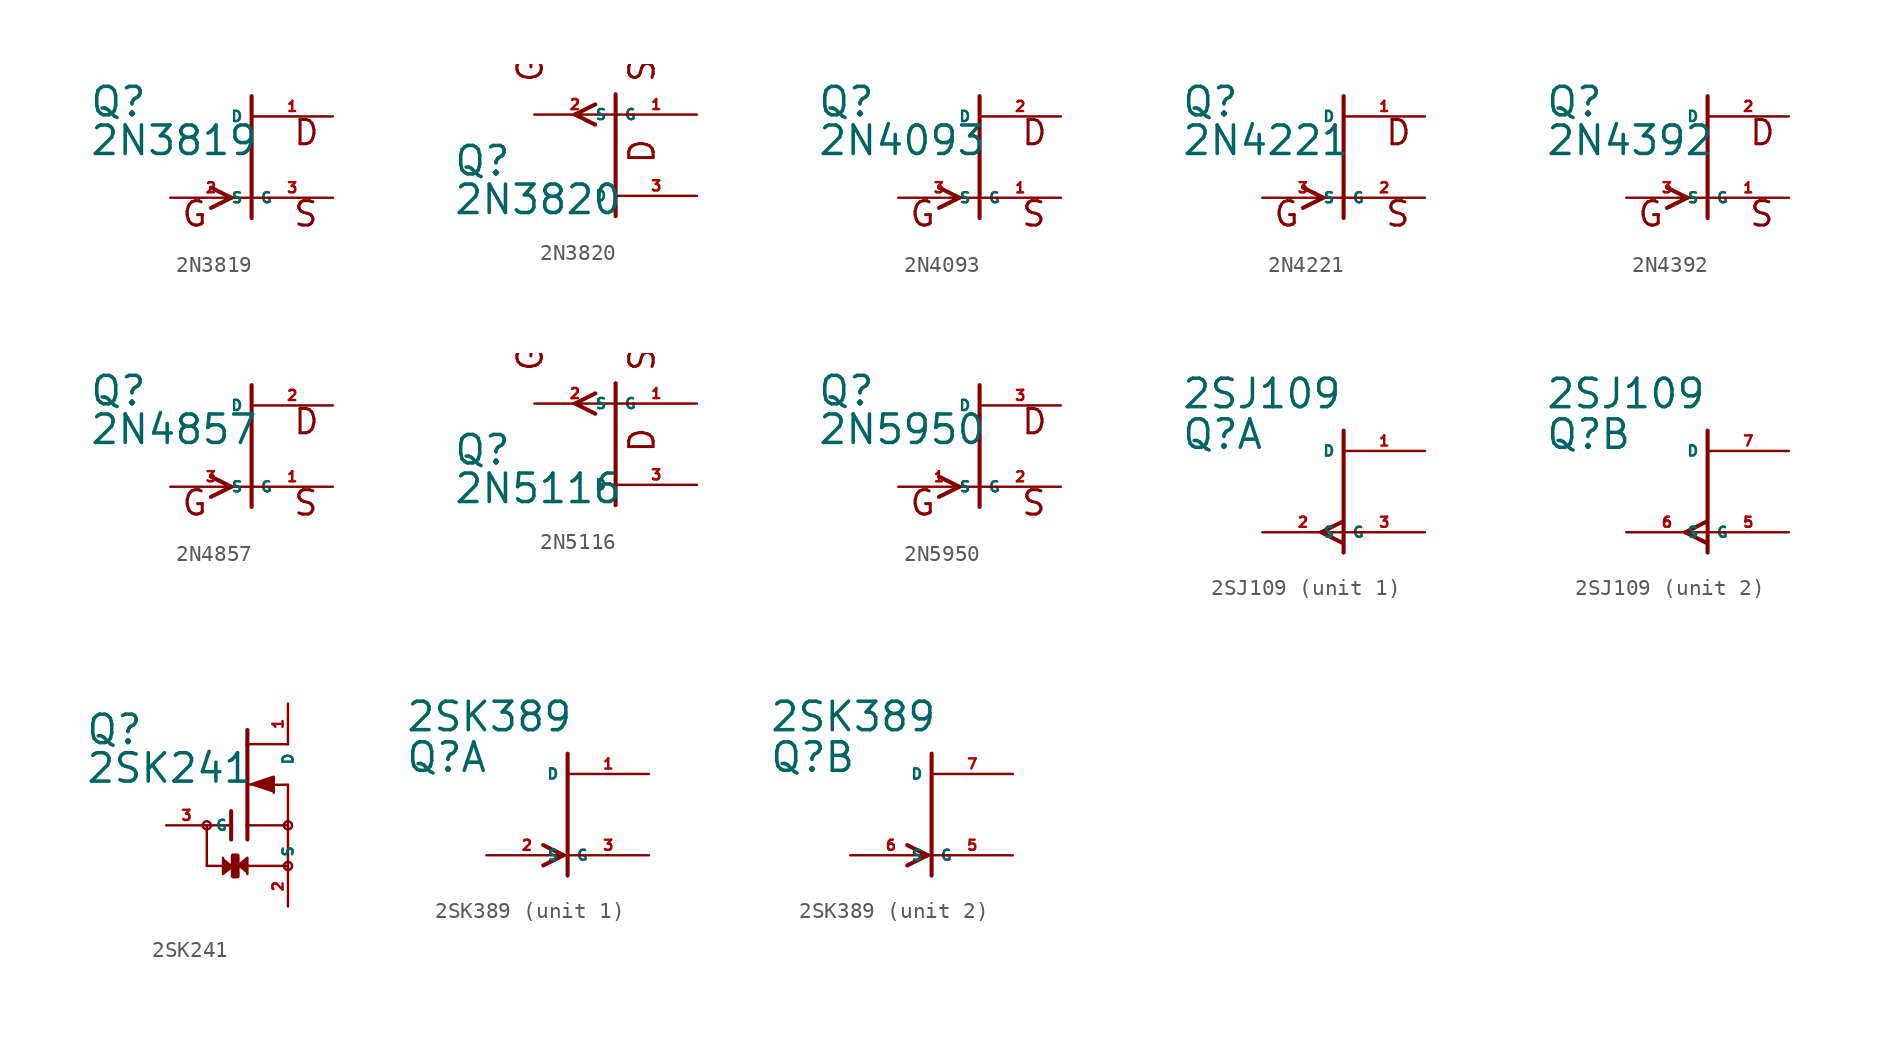
<source format=kicad_sym>
(kicad_symbol_lib
  (version 20220914)
  (generator Eagle2Kicad)
  (symbol "2N3819"
    (property "Reference" "Q"
      (at -10.16 2.413 0)
      (effects (font (size 1.778 1.778) (thickness 0.22)) (justify left bottom)))
    (property "Value" "2N3819"
      (at -10.16 0 0)
      (effects (font (size 1.778 1.778) (thickness 0.22)) (justify left bottom)))
    (polyline
      (pts (xy 0 -3.81) (xy 0 3.81))
      (stroke (width 0.254) (type default))
      (fill (type none)))
    (polyline
      (pts (xy -2.54 -1.905) (xy -1.27 -2.54))
      (stroke (width 0.254) (type default))
      (fill (type none)))
    (polyline
      (pts (xy -1.27 -2.54) (xy -2.54 -3.175))
      (stroke (width 0.254) (type default))
      (fill (type none)))
    (text "D"
      (at 2.54 0.635 0)
      (effects (font (size 1.524 1.524) (thickness 0.19)) (justify left bottom)))
    (text "S"
      (at 2.54 -4.445 0)
      (effects (font (size 1.524 1.524) (thickness 0.19)) (justify left bottom)))
    (text "G"
      (at -4.445 -4.445 0)
      (effects (font (size 1.524 1.524) (thickness 0.19)) (justify left bottom)))
    (pin passive line
      (at -5.08 -2.54 0)
      (length 5.08)
      (name "G" (effects (font (size 0.635 0.635) (thickness 0.08)) (justify left bottom)))
      (number "2" (effects (font (size 0.635 0.635) (thickness 0.08)) (justify left bottom))))
    (pin passive line
      (at 5.08 2.54 180)
      (length 5.08)
      (name "D" (effects (font (size 0.635 0.635) (thickness 0.08)) (justify left bottom)))
      (number "1" (effects (font (size 0.635 0.635) (thickness 0.08)) (justify left bottom))))
    (pin passive line
      (at 5.08 -2.54 180)
      (length 5.08)
      (name "S" (effects (font (size 0.635 0.635) (thickness 0.08)) (justify left bottom)))
      (number "3" (effects (font (size 0.635 0.635) (thickness 0.08)) (justify left bottom)))))
  (symbol "2N3820"
    (property "Reference" "Q"
      (at -10.16 -1.397 0)
      (effects (font (size 1.778 1.778) (thickness 0.22)) (justify left bottom)))
    (property "Value" "2N3820"
      (at -10.16 -3.81 0)
      (effects (font (size 1.778 1.778) (thickness 0.22)) (justify left bottom)))
    (polyline
      (pts (xy 0 -3.81) (xy 0 3.81))
      (stroke (width 0.254) (type default))
      (fill (type none)))
    (polyline
      (pts (xy -2.54 2.54) (xy -1.27 1.905))
      (stroke (width 0.254) (type default))
      (fill (type none)))
    (polyline
      (pts (xy -2.54 2.54) (xy -1.27 3.175))
      (stroke (width 0.254) (type default))
      (fill (type none)))
    (text "D"
      (at 2.54 -0.635 1800)
      (effects (font (size 1.524 1.524) (thickness 0.19)) (justify left bottom mirror)))
    (text "S"
      (at 2.54 4.445 1800)
      (effects (font (size 1.524 1.524) (thickness 0.19)) (justify left bottom mirror)))
    (text "G"
      (at -4.445 4.445 1800)
      (effects (font (size 1.524 1.524) (thickness 0.19)) (justify left bottom mirror)))
    (pin passive line
      (at -5.08 2.54 0)
      (length 5.08)
      (name "G" (effects (font (size 0.635 0.635) (thickness 0.08)) (justify left bottom)))
      (number "2" (effects (font (size 0.635 0.635) (thickness 0.08)) (justify left bottom))))
    (pin passive line
      (at 5.08 -2.54 180)
      (length 5.08)
      (name "D" (effects (font (size 0.635 0.635) (thickness 0.08)) (justify left bottom)))
      (number "3" (effects (font (size 0.635 0.635) (thickness 0.08)) (justify left bottom))))
    (pin passive line
      (at 5.08 2.54 180)
      (length 5.08)
      (name "S" (effects (font (size 0.635 0.635) (thickness 0.08)) (justify left bottom)))
      (number "1" (effects (font (size 0.635 0.635) (thickness 0.08)) (justify left bottom)))))
  (symbol "2N4093"
    (property "Reference" "Q"
      (at -10.16 2.413 0)
      (effects (font (size 1.778 1.778) (thickness 0.22)) (justify left bottom)))
    (property "Value" "2N4093"
      (at -10.16 0 0)
      (effects (font (size 1.778 1.778) (thickness 0.22)) (justify left bottom)))
    (polyline
      (pts (xy 0 -3.81) (xy 0 3.81))
      (stroke (width 0.254) (type default))
      (fill (type none)))
    (polyline
      (pts (xy -2.54 -1.905) (xy -1.27 -2.54))
      (stroke (width 0.254) (type default))
      (fill (type none)))
    (polyline
      (pts (xy -1.27 -2.54) (xy -2.54 -3.175))
      (stroke (width 0.254) (type default))
      (fill (type none)))
    (text "D"
      (at 2.54 0.635 0)
      (effects (font (size 1.524 1.524) (thickness 0.19)) (justify left bottom)))
    (text "S"
      (at 2.54 -4.445 0)
      (effects (font (size 1.524 1.524) (thickness 0.19)) (justify left bottom)))
    (text "G"
      (at -4.445 -4.445 0)
      (effects (font (size 1.524 1.524) (thickness 0.19)) (justify left bottom)))
    (pin passive line
      (at -5.08 -2.54 0)
      (length 5.08)
      (name "G" (effects (font (size 0.635 0.635) (thickness 0.08)) (justify left bottom)))
      (number "3" (effects (font (size 0.635 0.635) (thickness 0.08)) (justify left bottom))))
    (pin passive line
      (at 5.08 2.54 180)
      (length 5.08)
      (name "D" (effects (font (size 0.635 0.635) (thickness 0.08)) (justify left bottom)))
      (number "2" (effects (font (size 0.635 0.635) (thickness 0.08)) (justify left bottom))))
    (pin passive line
      (at 5.08 -2.54 180)
      (length 5.08)
      (name "S" (effects (font (size 0.635 0.635) (thickness 0.08)) (justify left bottom)))
      (number "1" (effects (font (size 0.635 0.635) (thickness 0.08)) (justify left bottom)))))
  (symbol "2N4221"
    (property "Reference" "Q"
      (at -10.16 2.413 0)
      (effects (font (size 1.778 1.778) (thickness 0.22)) (justify left bottom)))
    (property "Value" "2N4221"
      (at -10.16 0 0)
      (effects (font (size 1.778 1.778) (thickness 0.22)) (justify left bottom)))
    (polyline
      (pts (xy 0 -3.81) (xy 0 3.81))
      (stroke (width 0.254) (type default))
      (fill (type none)))
    (polyline
      (pts (xy -2.54 -1.905) (xy -1.27 -2.54))
      (stroke (width 0.254) (type default))
      (fill (type none)))
    (polyline
      (pts (xy -1.27 -2.54) (xy -2.54 -3.175))
      (stroke (width 0.254) (type default))
      (fill (type none)))
    (text "D"
      (at 2.54 0.635 0)
      (effects (font (size 1.524 1.524) (thickness 0.19)) (justify left bottom)))
    (text "S"
      (at 2.54 -4.445 0)
      (effects (font (size 1.524 1.524) (thickness 0.19)) (justify left bottom)))
    (text "G"
      (at -4.445 -4.445 0)
      (effects (font (size 1.524 1.524) (thickness 0.19)) (justify left bottom)))
    (pin passive line
      (at -5.08 -2.54 0)
      (length 5.08)
      (name "G" (effects (font (size 0.635 0.635) (thickness 0.08)) (justify left bottom)))
      (number "3" (effects (font (size 0.635 0.635) (thickness 0.08)) (justify left bottom))))
    (pin passive line
      (at 5.08 2.54 180)
      (length 5.08)
      (name "D" (effects (font (size 0.635 0.635) (thickness 0.08)) (justify left bottom)))
      (number "1" (effects (font (size 0.635 0.635) (thickness 0.08)) (justify left bottom))))
    (pin passive line
      (at 5.08 -2.54 180)
      (length 5.08)
      (name "S" (effects (font (size 0.635 0.635) (thickness 0.08)) (justify left bottom)))
      (number "2" (effects (font (size 0.635 0.635) (thickness 0.08)) (justify left bottom)))))
  (symbol "2N4392"
    (property "Reference" "Q"
      (at -10.16 2.413 0)
      (effects (font (size 1.778 1.778) (thickness 0.22)) (justify left bottom)))
    (property "Value" "2N4392"
      (at -10.16 0 0)
      (effects (font (size 1.778 1.778) (thickness 0.22)) (justify left bottom)))
    (polyline
      (pts (xy 0 -3.81) (xy 0 3.81))
      (stroke (width 0.254) (type default))
      (fill (type none)))
    (polyline
      (pts (xy -2.54 -1.905) (xy -1.27 -2.54))
      (stroke (width 0.254) (type default))
      (fill (type none)))
    (polyline
      (pts (xy -1.27 -2.54) (xy -2.54 -3.175))
      (stroke (width 0.254) (type default))
      (fill (type none)))
    (text "D"
      (at 2.54 0.635 0)
      (effects (font (size 1.524 1.524) (thickness 0.19)) (justify left bottom)))
    (text "S"
      (at 2.54 -4.445 0)
      (effects (font (size 1.524 1.524) (thickness 0.19)) (justify left bottom)))
    (text "G"
      (at -4.445 -4.445 0)
      (effects (font (size 1.524 1.524) (thickness 0.19)) (justify left bottom)))
    (pin passive line
      (at -5.08 -2.54 0)
      (length 5.08)
      (name "G" (effects (font (size 0.635 0.635) (thickness 0.08)) (justify left bottom)))
      (number "3" (effects (font (size 0.635 0.635) (thickness 0.08)) (justify left bottom))))
    (pin passive line
      (at 5.08 2.54 180)
      (length 5.08)
      (name "D" (effects (font (size 0.635 0.635) (thickness 0.08)) (justify left bottom)))
      (number "2" (effects (font (size 0.635 0.635) (thickness 0.08)) (justify left bottom))))
    (pin passive line
      (at 5.08 -2.54 180)
      (length 5.08)
      (name "S" (effects (font (size 0.635 0.635) (thickness 0.08)) (justify left bottom)))
      (number "1" (effects (font (size 0.635 0.635) (thickness 0.08)) (justify left bottom)))))
  (symbol "2N4857"
    (property "Reference" "Q"
      (at -10.16 2.413 0)
      (effects (font (size 1.778 1.778) (thickness 0.22)) (justify left bottom)))
    (property "Value" "2N4857"
      (at -10.16 0 0)
      (effects (font (size 1.778 1.778) (thickness 0.22)) (justify left bottom)))
    (polyline
      (pts (xy 0 -3.81) (xy 0 3.81))
      (stroke (width 0.254) (type default))
      (fill (type none)))
    (polyline
      (pts (xy -2.54 -1.905) (xy -1.27 -2.54))
      (stroke (width 0.254) (type default))
      (fill (type none)))
    (polyline
      (pts (xy -1.27 -2.54) (xy -2.54 -3.175))
      (stroke (width 0.254) (type default))
      (fill (type none)))
    (text "D"
      (at 2.54 0.635 0)
      (effects (font (size 1.524 1.524) (thickness 0.19)) (justify left bottom)))
    (text "S"
      (at 2.54 -4.445 0)
      (effects (font (size 1.524 1.524) (thickness 0.19)) (justify left bottom)))
    (text "G"
      (at -4.445 -4.445 0)
      (effects (font (size 1.524 1.524) (thickness 0.19)) (justify left bottom)))
    (pin passive line
      (at -5.08 -2.54 0)
      (length 5.08)
      (name "G" (effects (font (size 0.635 0.635) (thickness 0.08)) (justify left bottom)))
      (number "3" (effects (font (size 0.635 0.635) (thickness 0.08)) (justify left bottom))))
    (pin passive line
      (at 5.08 2.54 180)
      (length 5.08)
      (name "D" (effects (font (size 0.635 0.635) (thickness 0.08)) (justify left bottom)))
      (number "2" (effects (font (size 0.635 0.635) (thickness 0.08)) (justify left bottom))))
    (pin passive line
      (at 5.08 -2.54 180)
      (length 5.08)
      (name "S" (effects (font (size 0.635 0.635) (thickness 0.08)) (justify left bottom)))
      (number "1" (effects (font (size 0.635 0.635) (thickness 0.08)) (justify left bottom)))))
  (symbol "2N5116"
    (property "Reference" "Q"
      (at -10.16 -1.397 0)
      (effects (font (size 1.778 1.778) (thickness 0.22)) (justify left bottom)))
    (property "Value" "2N5116"
      (at -10.16 -3.81 0)
      (effects (font (size 1.778 1.778) (thickness 0.22)) (justify left bottom)))
    (polyline
      (pts (xy 0 -3.81) (xy 0 3.81))
      (stroke (width 0.254) (type default))
      (fill (type none)))
    (polyline
      (pts (xy -2.54 2.54) (xy -1.27 1.905))
      (stroke (width 0.254) (type default))
      (fill (type none)))
    (polyline
      (pts (xy -2.54 2.54) (xy -1.27 3.175))
      (stroke (width 0.254) (type default))
      (fill (type none)))
    (text "D"
      (at 2.54 -0.635 1800)
      (effects (font (size 1.524 1.524) (thickness 0.19)) (justify left bottom mirror)))
    (text "S"
      (at 2.54 4.445 1800)
      (effects (font (size 1.524 1.524) (thickness 0.19)) (justify left bottom mirror)))
    (text "G"
      (at -4.445 4.445 1800)
      (effects (font (size 1.524 1.524) (thickness 0.19)) (justify left bottom mirror)))
    (pin passive line
      (at -5.08 2.54 0)
      (length 5.08)
      (name "G" (effects (font (size 0.635 0.635) (thickness 0.08)) (justify left bottom)))
      (number "2" (effects (font (size 0.635 0.635) (thickness 0.08)) (justify left bottom))))
    (pin passive line
      (at 5.08 -2.54 180)
      (length 5.08)
      (name "D" (effects (font (size 0.635 0.635) (thickness 0.08)) (justify left bottom)))
      (number "3" (effects (font (size 0.635 0.635) (thickness 0.08)) (justify left bottom))))
    (pin passive line
      (at 5.08 2.54 180)
      (length 5.08)
      (name "S" (effects (font (size 0.635 0.635) (thickness 0.08)) (justify left bottom)))
      (number "1" (effects (font (size 0.635 0.635) (thickness 0.08)) (justify left bottom)))))
  (symbol "2N5950"
    (property "Reference" "Q"
      (at -10.16 2.413 0)
      (effects (font (size 1.778 1.778) (thickness 0.22)) (justify left bottom)))
    (property "Value" "2N5950"
      (at -10.16 0 0)
      (effects (font (size 1.778 1.778) (thickness 0.22)) (justify left bottom)))
    (polyline
      (pts (xy 0 -3.81) (xy 0 3.81))
      (stroke (width 0.254) (type default))
      (fill (type none)))
    (polyline
      (pts (xy -2.54 -1.905) (xy -1.27 -2.54))
      (stroke (width 0.254) (type default))
      (fill (type none)))
    (polyline
      (pts (xy -1.27 -2.54) (xy -2.54 -3.175))
      (stroke (width 0.254) (type default))
      (fill (type none)))
    (text "D"
      (at 2.54 0.635 0)
      (effects (font (size 1.524 1.524) (thickness 0.19)) (justify left bottom)))
    (text "S"
      (at 2.54 -4.445 0)
      (effects (font (size 1.524 1.524) (thickness 0.19)) (justify left bottom)))
    (text "G"
      (at -4.445 -4.445 0)
      (effects (font (size 1.524 1.524) (thickness 0.19)) (justify left bottom)))
    (pin passive line
      (at -5.08 -2.54 0)
      (length 5.08)
      (name "G" (effects (font (size 0.635 0.635) (thickness 0.08)) (justify left bottom)))
      (number "1" (effects (font (size 0.635 0.635) (thickness 0.08)) (justify left bottom))))
    (pin passive line
      (at 5.08 2.54 180)
      (length 5.08)
      (name "D" (effects (font (size 0.635 0.635) (thickness 0.08)) (justify left bottom)))
      (number "3" (effects (font (size 0.635 0.635) (thickness 0.08)) (justify left bottom))))
    (pin passive line
      (at 5.08 -2.54 180)
      (length 5.08)
      (name "S" (effects (font (size 0.635 0.635) (thickness 0.08)) (justify left bottom)))
      (number "2" (effects (font (size 0.635 0.635) (thickness 0.08)) (justify left bottom)))))
  (symbol "2SJ109"
    (property "Reference" "Q"
      (at -10.16 2.54 0)
      (effects (font (size 1.778 1.778) (thickness 0.22)) (justify left bottom)))
    (property "Value" "2SJ109"
      (at -10.16 5.08 0)
      (effects (font (size 1.778 1.778) (thickness 0.22)) (justify left bottom)))
    (symbol "2SJ109_1_0"
      (polyline (pts (xy 0 3.81) (xy 0 -3.81)) (stroke (width 0.254) (type default)) (fill (type none)))
      (polyline (pts (xy -1.397 -2.54) (xy -0.127 -1.905)) (stroke (width 0.254) (type default)) (fill (type none)))
      (polyline (pts (xy -1.397 -2.54) (xy -0.127 -3.175)) (stroke (width 0.254) (type default)) (fill (type none)))
      (pin passive line (at -5.08 -2.54 0) (length 5.08) (name "G" (effects (font (size 0.635 0.635) (thickness 0.08)) (justify left bottom))) (number "2" (effects (font (size 0.635 0.635) (thickness 0.08)) (justify left bottom))))
      (pin passive line (at 5.08 2.54 180) (length 5.08) (name "D" (effects (font (size 0.635 0.635) (thickness 0.08)) (justify left bottom))) (number "1" (effects (font (size 0.635 0.635) (thickness 0.08)) (justify left bottom))))
      (pin passive line (at 5.08 -2.54 180) (length 5.08) (name "S" (effects (font (size 0.635 0.635) (thickness 0.08)) (justify left bottom))) (number "3" (effects (font (size 0.635 0.635) (thickness 0.08)) (justify left bottom)))))
    (symbol "2SJ109_2_0"
      (polyline (pts (xy 0 3.81) (xy 0 -3.81)) (stroke (width 0.254) (type default)) (fill (type none)))
      (polyline (pts (xy -1.397 -2.54) (xy -0.127 -1.905)) (stroke (width 0.254) (type default)) (fill (type none)))
      (polyline (pts (xy -1.397 -2.54) (xy -0.127 -3.175)) (stroke (width 0.254) (type default)) (fill (type none)))
      (pin passive line (at -5.08 -2.54 0) (length 5.08) (name "G" (effects (font (size 0.635 0.635) (thickness 0.08)) (justify left bottom))) (number "6" (effects (font (size 0.635 0.635) (thickness 0.08)) (justify left bottom))))
      (pin passive line (at 5.08 2.54 180) (length 5.08) (name "D" (effects (font (size 0.635 0.635) (thickness 0.08)) (justify left bottom))) (number "7" (effects (font (size 0.635 0.635) (thickness 0.08)) (justify left bottom))))
      (pin passive line (at 5.08 -2.54 180) (length 5.08) (name "S" (effects (font (size 0.635 0.635) (thickness 0.08)) (justify left bottom))) (number "5" (effects (font (size 0.635 0.635) (thickness 0.08)) (justify left bottom))))))
  (symbol "2SK241"
    (property "Reference" "Q"
      (at -10.16 2.413 0)
      (effects (font (size 1.778 1.778) (thickness 0.22)) (justify left bottom)))
    (property "Value" "2SK241"
      (at -10.16 0 0)
      (effects (font (size 1.778 1.778) (thickness 0.22)) (justify left bottom)))
    (polyline
      (pts (xy 0.127 0) (xy 1.651 0.508) (xy 1.651 -0.508))
      (stroke (width 0.152) (type default))
      (fill (type outline)))
    (polyline
      (pts (xy -1.524 -4.572) (xy -1.524 -5.588) (xy -0.889 -5.08))
      (stroke (width 0.152) (type default))
      (fill (type outline)))
    (polyline
      (pts (xy 0 -5.588) (xy 0 -4.572) (xy -0.635 -5.08))
      (stroke (width 0.152) (type default))
      (fill (type outline)))
    (polyline
      (pts (xy 0 -3.429) (xy 0 -2.54))
      (stroke (width 0.254) (type default))
      (fill (type none)))
    (polyline
      (pts (xy 0 -2.54) (xy 0 2.54))
      (stroke (width 0.254) (type default))
      (fill (type none)))
    (polyline
      (pts (xy 0 2.54) (xy 0 3.429))
      (stroke (width 0.254) (type default))
      (fill (type none)))
    (polyline
      (pts (xy 1.778 0) (xy 2.54 0))
      (stroke (width 0.152) (type default))
      (fill (type none)))
    (polyline
      (pts (xy 2.54 0) (xy 2.54 -2.54))
      (stroke (width 0.152) (type default))
      (fill (type none)))
    (polyline
      (pts (xy 0 -2.54) (xy 2.54 -2.54))
      (stroke (width 0.152) (type default))
      (fill (type none)))
    (polyline
      (pts (xy 0 2.54) (xy 2.54 2.54))
      (stroke (width 0.152) (type default))
      (fill (type none)))
    (polyline
      (pts (xy -1.016 -3.429) (xy -1.016 -2.54))
      (stroke (width 0.254) (type default))
      (fill (type none)))
    (polyline
      (pts (xy -1.016 -2.54) (xy -1.016 -1.651))
      (stroke (width 0.254) (type default))
      (fill (type none)))
    (polyline
      (pts (xy -2.54 -2.54) (xy -1.016 -2.54))
      (stroke (width 0.152) (type default))
      (fill (type none)))
    (polyline
      (pts (xy -2.54 -2.54) (xy -2.54 -5.08))
      (stroke (width 0.152) (type default))
      (fill (type none)))
    (polyline
      (pts (xy -2.54 -5.08) (xy 2.54 -5.08))
      (stroke (width 0.152) (type default))
      (fill (type none)))
    (polyline
      (pts (xy 2.54 -2.54) (xy 2.54 -5.08))
      (stroke (width 0.152) (type default))
      (fill (type none)))
    (circle
      (center -2.54 -2.54)
      (radius 0.254)
      (stroke (width 0) (type default))
      (fill (type none)))
    (circle
      (center 2.54 -5.08)
      (radius 0.254)
      (stroke (width 0) (type default))
      (fill (type none)))
    (circle
      (center 2.54 -2.54)
      (radius 0.254)
      (stroke (width 0) (type default))
      (fill (type none)))
    (rectangle
      (start -0.889 -5.715)
      (end -0.635 -4.445)
      (stroke (width 0.3) (type default))
      (fill (type outline)))
    (pin passive line
      (at -5.08 -2.54 0)
      (length 2.54)
      (name "G" (effects (font (size 0.635 0.635) (thickness 0.08)) (justify left bottom)))
      (number "3" (effects (font (size 0.635 0.635) (thickness 0.08)) (justify left bottom))))
    (pin passive line
      (at 2.54 5.08 270)
      (length 2.54)
      (name "D" (effects (font (size 0.635 0.635) (thickness 0.08)) (justify left bottom)))
      (number "1" (effects (font (size 0.635 0.635) (thickness 0.08)) (justify left bottom))))
    (pin passive line
      (at 2.54 -7.62 90)
      (length 2.54)
      (name "S" (effects (font (size 0.635 0.635) (thickness 0.08)) (justify left bottom)))
      (number "2" (effects (font (size 0.635 0.635) (thickness 0.08)) (justify left bottom)))))
  (symbol "2SK389"
    (property "Reference" "Q"
      (at -10.16 2.54 0)
      (effects (font (size 1.778 1.778) (thickness 0.22)) (justify left bottom)))
    (property "Value" "2SK389"
      (at -10.16 5.08 0)
      (effects (font (size 1.778 1.778) (thickness 0.22)) (justify left bottom)))
    (symbol "2SK389_1_0"
      (polyline (pts (xy 0 -3.81) (xy 0 3.81)) (stroke (width 0.254) (type default)) (fill (type none)))
      (polyline (pts (xy -1.524 -1.905) (xy -0.254 -2.54)) (stroke (width 0.254) (type default)) (fill (type none)))
      (polyline (pts (xy -0.254 -2.54) (xy -1.524 -3.175)) (stroke (width 0.254) (type default)) (fill (type none)))
      (pin passive line (at -5.08 -2.54 0) (length 5.08) (name "G" (effects (font (size 0.635 0.635) (thickness 0.08)) (justify left bottom))) (number "2" (effects (font (size 0.635 0.635) (thickness 0.08)) (justify left bottom))))
      (pin passive line (at 5.08 2.54 180) (length 5.08) (name "D" (effects (font (size 0.635 0.635) (thickness 0.08)) (justify left bottom))) (number "1" (effects (font (size 0.635 0.635) (thickness 0.08)) (justify left bottom))))
      (pin passive line (at 5.08 -2.54 180) (length 5.08) (name "S" (effects (font (size 0.635 0.635) (thickness 0.08)) (justify left bottom))) (number "3" (effects (font (size 0.635 0.635) (thickness 0.08)) (justify left bottom)))))
    (symbol "2SK389_2_0"
      (polyline (pts (xy 0 -3.81) (xy 0 3.81)) (stroke (width 0.254) (type default)) (fill (type none)))
      (polyline (pts (xy -1.524 -1.905) (xy -0.254 -2.54)) (stroke (width 0.254) (type default)) (fill (type none)))
      (polyline (pts (xy -0.254 -2.54) (xy -1.524 -3.175)) (stroke (width 0.254) (type default)) (fill (type none)))
      (pin passive line (at -5.08 -2.54 0) (length 5.08) (name "G" (effects (font (size 0.635 0.635) (thickness 0.08)) (justify left bottom))) (number "6" (effects (font (size 0.635 0.635) (thickness 0.08)) (justify left bottom))))
      (pin passive line (at 5.08 2.54 180) (length 5.08) (name "D" (effects (font (size 0.635 0.635) (thickness 0.08)) (justify left bottom))) (number "7" (effects (font (size 0.635 0.635) (thickness 0.08)) (justify left bottom))))
      (pin passive line (at 5.08 -2.54 180) (length 5.08) (name "S" (effects (font (size 0.635 0.635) (thickness 0.08)) (justify left bottom))) (number "5" (effects (font (size 0.635 0.635) (thickness 0.08)) (justify left bottom)))))))
</source>
